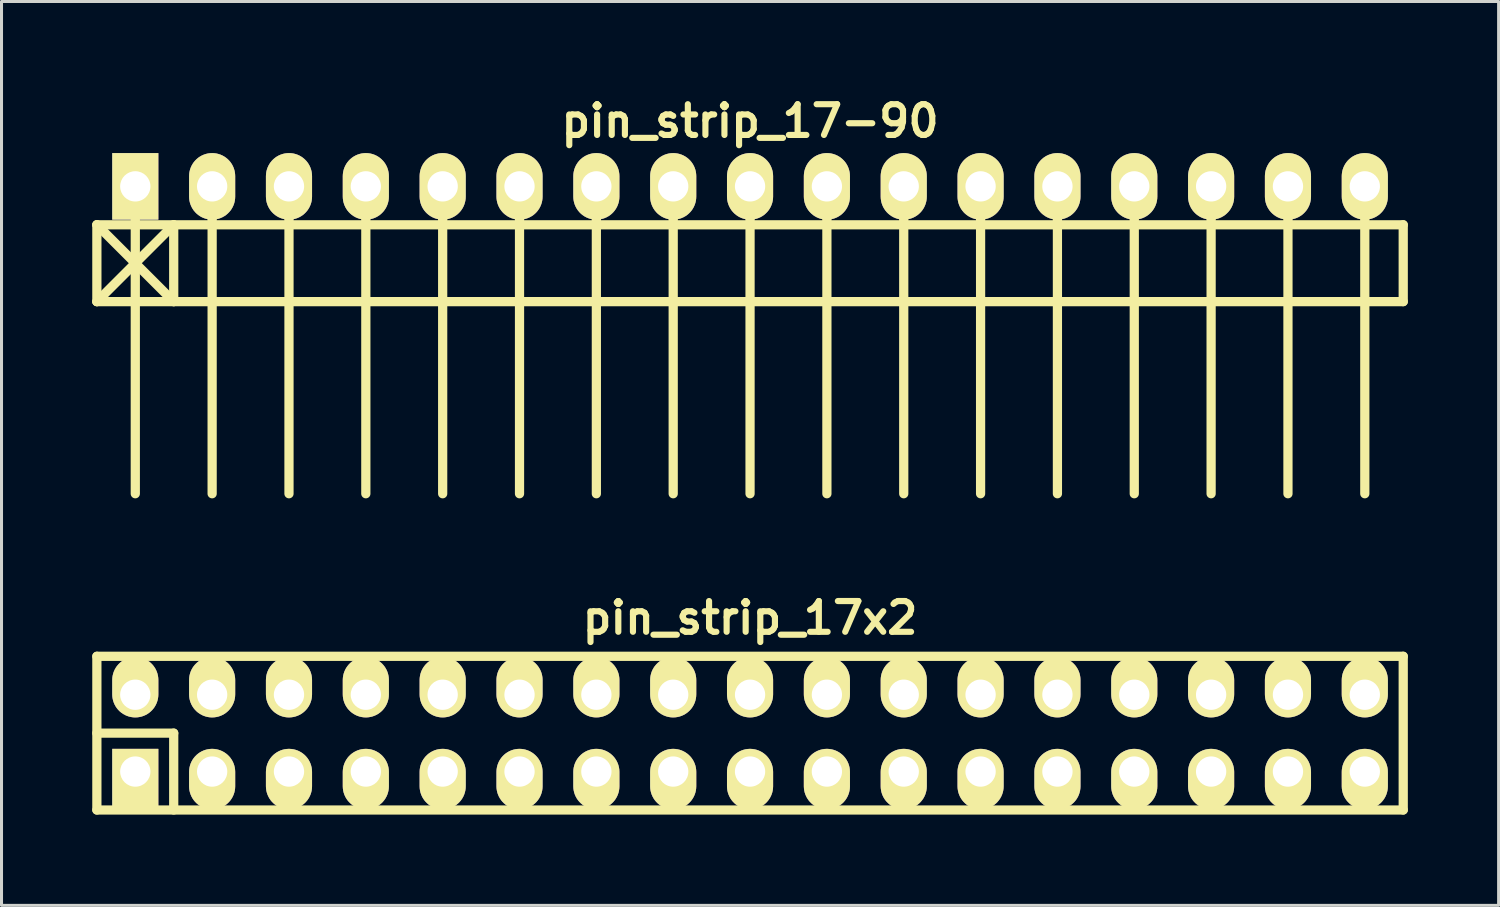
<source format=kicad_pcb>
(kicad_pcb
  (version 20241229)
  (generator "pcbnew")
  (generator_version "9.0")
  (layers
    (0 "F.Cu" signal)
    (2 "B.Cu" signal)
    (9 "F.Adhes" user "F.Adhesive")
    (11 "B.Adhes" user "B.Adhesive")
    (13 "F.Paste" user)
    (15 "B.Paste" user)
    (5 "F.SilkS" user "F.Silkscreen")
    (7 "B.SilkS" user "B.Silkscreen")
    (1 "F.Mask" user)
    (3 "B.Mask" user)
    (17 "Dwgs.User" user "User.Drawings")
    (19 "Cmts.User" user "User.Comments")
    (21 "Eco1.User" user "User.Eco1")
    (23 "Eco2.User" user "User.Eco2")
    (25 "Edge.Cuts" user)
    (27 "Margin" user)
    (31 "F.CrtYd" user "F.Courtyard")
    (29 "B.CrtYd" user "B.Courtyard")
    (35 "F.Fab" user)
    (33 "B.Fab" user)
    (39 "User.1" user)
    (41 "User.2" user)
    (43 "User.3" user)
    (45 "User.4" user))
  (footprint "pin_strip_17-90"
    (layer "F.Cu")
    (at 21.742 3.11)
    (property "Reference" "pin_strip_17-90" (at 0 -2.159 0) (layer "F.SilkS") (effects (font (size 1.016 1.016) (thickness 0.203))))
    (attr through_hole)
    (fp_line (start -21.59 1.27) (end 21.59 1.27) (stroke (width 0.305) (type solid)) (layer "F.SilkS"))
    (fp_line (start -21.59 3.81) (end -21.59 1.27) (stroke (width 0.305) (type solid)) (layer "F.SilkS"))
    (fp_line (start -21.59 3.81) (end -19.05 1.27) (stroke (width 0.305) (type solid)) (layer "F.SilkS"))
    (fp_line (start -20.32 0) (end -20.32 10.16) (stroke (width 0.305) (type solid)) (layer "F.SilkS"))
    (fp_line (start -19.05 1.27) (end -19.05 3.81) (stroke (width 0.305) (type solid)) (layer "F.SilkS"))
    (fp_line (start -19.05 3.81) (end -21.59 1.27) (stroke (width 0.305) (type solid)) (layer "F.SilkS"))
    (fp_line (start -17.78 0) (end -17.78 10.16) (stroke (width 0.305) (type solid)) (layer "F.SilkS"))
    (fp_line (start -15.24 10.16) (end -15.24 0) (stroke (width 0.305) (type solid)) (layer "F.SilkS"))
    (fp_line (start -12.7 0) (end -12.7 10.16) (stroke (width 0.305) (type solid)) (layer "F.SilkS"))
    (fp_line (start -10.16 0) (end -10.16 10.16) (stroke (width 0.305) (type solid)) (layer "F.SilkS"))
    (fp_line (start -7.62 0) (end -7.62 10.16) (stroke (width 0.305) (type solid)) (layer "F.SilkS"))
    (fp_line (start -5.08 0) (end -5.08 10.16) (stroke (width 0.305) (type solid)) (layer "F.SilkS"))
    (fp_line (start -2.54 0) (end -2.54 10.16) (stroke (width 0.305) (type solid)) (layer "F.SilkS"))
    (fp_line (start 0 0) (end 0 10.16) (stroke (width 0.305) (type solid)) (layer "F.SilkS"))
    (fp_line (start 2.54 0) (end 2.54 10.16) (stroke (width 0.305) (type solid)) (layer "F.SilkS"))
    (fp_line (start 5.08 0) (end 5.08 10.16) (stroke (width 0.305) (type solid)) (layer "F.SilkS"))
    (fp_line (start 7.62 0) (end 7.62 10.16) (stroke (width 0.305) (type solid)) (layer "F.SilkS"))
    (fp_line (start 10.16 10.16) (end 10.16 0) (stroke (width 0.305) (type solid)) (layer "F.SilkS"))
    (fp_line (start 12.7 0) (end 12.7 10.16) (stroke (width 0.305) (type solid)) (layer "F.SilkS"))
    (fp_line (start 15.24 0) (end 15.24 10.16) (stroke (width 0.305) (type solid)) (layer "F.SilkS"))
    (fp_line (start 17.78 0) (end 17.78 10.16) (stroke (width 0.305) (type solid)) (layer "F.SilkS"))
    (fp_line (start 20.32 0) (end 20.32 10.16) (stroke (width 0.305) (type solid)) (layer "F.SilkS"))
    (fp_line (start 21.59 1.27) (end 21.59 3.81) (stroke (width 0.305) (type solid)) (layer "F.SilkS"))
    (fp_line (start 21.59 3.81) (end -21.59 3.81) (stroke (width 0.305) (type solid)) (layer "F.SilkS"))
    (pad "1" thru_hole rect (at -20.32 0) (size 1.524 2.2) (drill 1.001) (layers "*.Cu" "*.Mask" "F.SilkS"))
    (pad "2" thru_hole oval (at -17.78 0) (size 1.524 2.2) (drill 1.001) (layers "*.Cu" "*.Mask" "F.SilkS"))
    (pad "3" thru_hole oval (at -15.24 0) (size 1.524 2.2) (drill 1.001) (layers "*.Cu" "*.Mask" "F.SilkS"))
    (pad "4" thru_hole oval (at -12.7 0) (size 1.524 2.2) (drill 1.001) (layers "*.Cu" "*.Mask" "F.SilkS"))
    (pad "5" thru_hole oval (at -10.16 0) (size 1.524 2.2) (drill 1.001) (layers "*.Cu" "*.Mask" "F.SilkS"))
    (pad "6" thru_hole oval (at -7.62 0) (size 1.524 2.2) (drill 1.001) (layers "*.Cu" "*.Mask" "F.SilkS"))
    (pad "7" thru_hole oval (at -5.08 0) (size 1.524 2.2) (drill 1.001) (layers "*.Cu" "*.Mask" "F.SilkS"))
    (pad "8" thru_hole oval (at -2.54 0) (size 1.524 2.2) (drill 1.001) (layers "*.Cu" "*.Mask" "F.SilkS"))
    (pad "9" thru_hole oval (at 0 0) (size 1.524 2.2) (drill 1.001) (layers "*.Cu" "*.Mask" "F.SilkS"))
    (pad "10" thru_hole oval (at 2.54 0) (size 1.524 2.2) (drill 1.001) (layers "*.Cu" "*.Mask" "F.SilkS"))
    (pad "11" thru_hole oval (at 5.08 0) (size 1.524 2.2) (drill 1.001) (layers "*.Cu" "*.Mask" "F.SilkS"))
    (pad "12" thru_hole oval (at 7.62 0) (size 1.524 2.2) (drill 1.001) (layers "*.Cu" "*.Mask" "F.SilkS"))
    (pad "13" thru_hole oval (at 10.16 0) (size 1.524 2.2) (drill 1.001) (layers "*.Cu" "*.Mask" "F.SilkS"))
    (pad "14" thru_hole oval (at 12.7 0) (size 1.524 2.2) (drill 1.001) (layers "*.Cu" "*.Mask" "F.SilkS"))
    (pad "15" thru_hole oval (at 15.24 0) (size 1.524 2.2) (drill 1.001) (layers "*.Cu" "*.Mask" "F.SilkS"))
    (pad "16" thru_hole oval (at 17.78 0) (size 1.524 2.2) (drill 1.001) (layers "*.Cu" "*.Mask" "F.SilkS"))
    (pad "17" thru_hole oval (at 20.32 0) (size 1.524 2.2) (drill 1.001) (layers "*.Cu" "*.Mask" "F.SilkS")))
  (footprint "pin_strip_17x2"
    (layer "F.Cu")
    (at 21.742 21.183)
    (property "Reference" "pin_strip_17x2" (at 0 -3.81 0) (layer "F.SilkS") (effects (font (size 1.016 1.016) (thickness 0.203))))
    (attr through_hole)
    (fp_line (start -21.59 -2.54) (end -21.59 2.54) (stroke (width 0.305) (type solid)) (layer "F.SilkS"))
    (fp_line (start -21.59 -2.54) (end 21.59 -2.54) (stroke (width 0.305) (type solid)) (layer "F.SilkS"))
    (fp_line (start -21.59 0) (end -19.05 0) (stroke (width 0.305) (type solid)) (layer "F.SilkS"))
    (fp_line (start -19.05 0) (end -19.05 2.54) (stroke (width 0.305) (type solid)) (layer "F.SilkS"))
    (fp_line (start 21.59 2.54) (end -21.59 2.54) (stroke (width 0.305) (type solid)) (layer "F.SilkS"))
    (fp_line (start 21.59 2.54) (end 21.59 -2.54) (stroke (width 0.305) (type solid)) (layer "F.SilkS"))
    (pad "1" thru_hole rect (at -20.32 1.27) (size 1.524 1.999) (drill 1.001 (offset 0 0.249)) (layers "*.Cu" "*.Mask" "F.SilkS"))
    (pad "2" thru_hole oval (at -20.32 -1.27) (size 1.524 1.999) (drill 1.001 (offset 0 -0.249)) (layers "*.Cu" "*.Mask" "F.SilkS"))
    (pad "3" thru_hole oval (at -17.78 1.27) (size 1.524 1.999) (drill 1.001 (offset 0 0.249)) (layers "*.Cu" "*.Mask" "F.SilkS"))
    (pad "4" thru_hole oval (at -17.78 -1.27) (size 1.524 1.999) (drill 1.001 (offset 0 -0.249)) (layers "*.Cu" "*.Mask" "F.SilkS"))
    (pad "5" thru_hole oval (at -15.24 1.27) (size 1.524 1.999) (drill 1.001 (offset 0 0.249)) (layers "*.Cu" "*.Mask" "F.SilkS"))
    (pad "6" thru_hole oval (at -15.24 -1.27) (size 1.524 1.999) (drill 1.001 (offset 0 -0.249)) (layers "*.Cu" "*.Mask" "F.SilkS"))
    (pad "7" thru_hole oval (at -12.7 1.27) (size 1.524 1.999) (drill 1.001 (offset 0 0.249)) (layers "*.Cu" "*.Mask" "F.SilkS"))
    (pad "8" thru_hole oval (at -12.7 -1.27) (size 1.524 1.999) (drill 1.001 (offset 0 -0.249)) (layers "*.Cu" "*.Mask" "F.SilkS"))
    (pad "9" thru_hole oval (at -10.16 1.27) (size 1.524 1.999) (drill 1.001 (offset 0 0.249)) (layers "*.Cu" "*.Mask" "F.SilkS"))
    (pad "10" thru_hole oval (at -10.16 -1.27) (size 1.524 1.999) (drill 1.001 (offset 0 -0.249)) (layers "*.Cu" "*.Mask" "F.SilkS"))
    (pad "11" thru_hole oval (at -7.62 1.27) (size 1.524 1.999) (drill 1.001 (offset 0 0.249)) (layers "*.Cu" "*.Mask" "F.SilkS"))
    (pad "12" thru_hole oval (at -7.62 -1.27) (size 1.524 1.999) (drill 1.001 (offset 0 -0.249)) (layers "*.Cu" "*.Mask" "F.SilkS"))
    (pad "13" thru_hole oval (at -5.08 1.27) (size 1.524 1.999) (drill 1.001 (offset 0 0.249)) (layers "*.Cu" "*.Mask" "F.SilkS"))
    (pad "14" thru_hole oval (at -5.08 -1.27) (size 1.524 1.999) (drill 1.001 (offset 0 -0.249)) (layers "*.Cu" "*.Mask" "F.SilkS"))
    (pad "15" thru_hole oval (at -2.54 1.27) (size 1.524 1.999) (drill 1.001 (offset 0 0.249)) (layers "*.Cu" "*.Mask" "F.SilkS"))
    (pad "16" thru_hole oval (at -2.54 -1.27) (size 1.524 1.999) (drill 1.001 (offset 0 -0.249)) (layers "*.Cu" "*.Mask" "F.SilkS"))
    (pad "17" thru_hole oval (at 0 1.27) (size 1.524 1.999) (drill 1.001 (offset 0 0.249)) (layers "*.Cu" "*.Mask" "F.SilkS"))
    (pad "18" thru_hole oval (at 0 -1.27) (size 1.524 1.999) (drill 1.001 (offset 0 -0.249)) (layers "*.Cu" "*.Mask" "F.SilkS"))
    (pad "19" thru_hole oval (at 2.54 1.27) (size 1.524 1.999) (drill 1.001 (offset 0 0.249)) (layers "*.Cu" "*.Mask" "F.SilkS"))
    (pad "20" thru_hole oval (at 2.54 -1.27) (size 1.524 1.999) (drill 1.001 (offset 0 -0.249)) (layers "*.Cu" "*.Mask" "F.SilkS"))
    (pad "21" thru_hole oval (at 5.08 1.27) (size 1.524 1.999) (drill 1.001 (offset 0 0.249)) (layers "*.Cu" "*.Mask" "F.SilkS"))
    (pad "22" thru_hole oval (at 5.08 -1.27) (size 1.524 1.999) (drill 1.001 (offset 0 -0.249)) (layers "*.Cu" "*.Mask" "F.SilkS"))
    (pad "23" thru_hole oval (at 7.62 1.27) (size 1.524 1.999) (drill 1.001 (offset 0 0.249)) (layers "*.Cu" "*.Mask" "F.SilkS"))
    (pad "24" thru_hole oval (at 7.62 -1.27) (size 1.524 1.999) (drill 1.001 (offset 0 -0.249)) (layers "*.Cu" "*.Mask" "F.SilkS"))
    (pad "25" thru_hole oval (at 10.16 1.27) (size 1.524 1.999) (drill 1.001 (offset 0 0.249)) (layers "*.Cu" "*.Mask" "F.SilkS"))
    (pad "26" thru_hole oval (at 10.16 -1.27) (size 1.524 1.999) (drill 1.001 (offset 0 -0.249)) (layers "*.Cu" "*.Mask" "F.SilkS"))
    (pad "27" thru_hole oval (at 12.7 1.27) (size 1.524 1.999) (drill 1.001 (offset 0 0.249)) (layers "*.Cu" "*.Mask" "F.SilkS"))
    (pad "28" thru_hole oval (at 12.7 -1.27) (size 1.524 1.999) (drill 1.001 (offset 0 -0.249)) (layers "*.Cu" "*.Mask" "F.SilkS"))
    (pad "29" thru_hole oval (at 15.24 1.27) (size 1.524 1.999) (drill 1.001 (offset 0 0.249)) (layers "*.Cu" "*.Mask" "F.SilkS"))
    (pad "30" thru_hole oval (at 15.24 -1.27) (size 1.524 1.999) (drill 1.001 (offset 0 -0.249)) (layers "*.Cu" "*.Mask" "F.SilkS"))
    (pad "31" thru_hole oval (at 17.78 1.27) (size 1.524 1.999) (drill 1.001 (offset 0 0.249)) (layers "*.Cu" "*.Mask" "F.SilkS"))
    (pad "32" thru_hole oval (at 17.78 -1.27) (size 1.524 1.999) (drill 1.001 (offset 0 -0.249)) (layers "*.Cu" "*.Mask" "F.SilkS"))
    (pad "33" thru_hole oval (at 20.32 1.27) (size 1.524 1.999) (drill 1.001 (offset 0 0.249)) (layers "*.Cu" "*.Mask" "F.SilkS"))
    (pad "34" thru_hole oval (at 20.32 -1.27) (size 1.524 1.999) (drill 1.001 (offset 0 -0.249)) (layers "*.Cu" "*.Mask" "F.SilkS")))
  (gr_rect
    (start -3 -3)
    (end 46.485 26.876)
    (stroke (width 0.1) (type default))
    (fill no)
    (layer "Edge.Cuts")))
</source>
